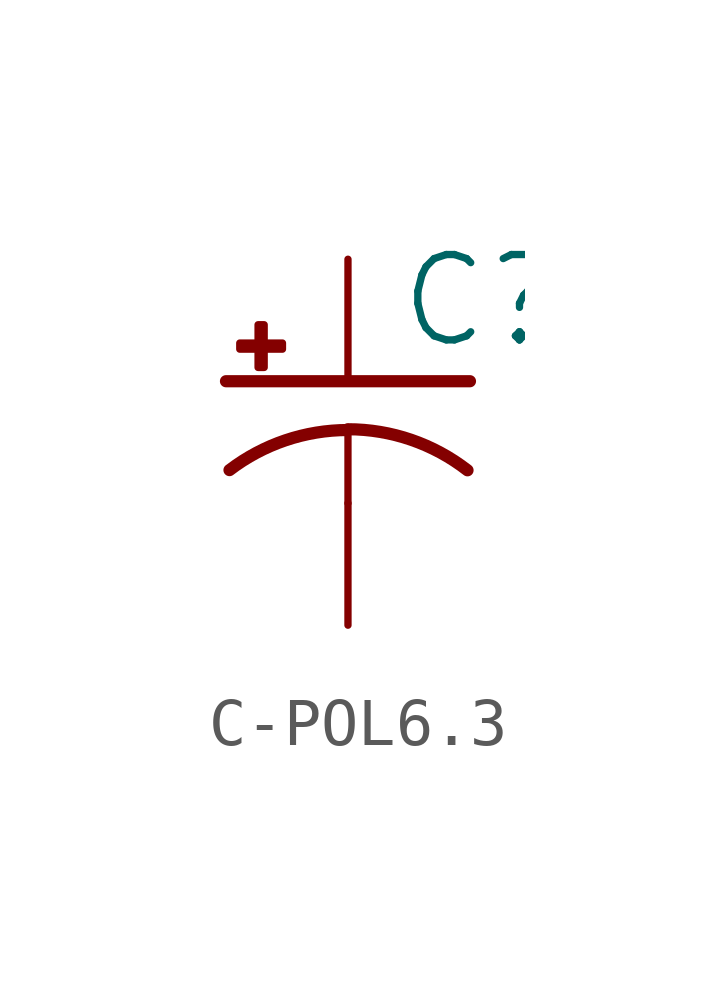
<source format=kicad_sym>
(kicad_symbol_lib
  (version 20231120)
  (generator "kicad_symbol_editor")
  (generator_version "8.0")
  (symbol "C-POL6.3"
    (property "Reference" "C"
      (at 1.016 0.635 0)
      (effects (font (size 1.778 1.778)) (justify left bottom)))
    (property "Value" ""
      (at 1.016 -4.191 0)
      (effects (font (size 1.778 1.778)) (justify left bottom)))
    (property "ki_locked" ""
      (at 0 0 0)
      (effects (font (size 1.27 1.27))))
    (symbol "C-POL6.3_1_0"
      (rectangle (start -2.253 0.668) (end -1.364 0.795) (stroke (width 0) (type default)) (fill (type outline)))
      (rectangle (start -1.872 0.287) (end -1.745 1.176) (stroke (width 0) (type default)) (fill (type outline)))
      (arc (start 0 -1.0161) (mid -1.3021 -1.2303) (end -2.4669 -1.8504) (stroke (width 0.254) (type solid)) (fill (type none)))
      (polyline (pts (xy -2.54 0) (xy 2.54 0)) (stroke (width 0.254) (type solid)) (fill (type none)))
      (polyline (pts (xy 0 -1.016) (xy 0 -2.54)) (stroke (width 0.152) (type solid)) (fill (type none)))
      (arc (start 2.4892 -1.8541) (mid 1.3158 -1.2194) (end 0 -1) (stroke (width 0.254) (type solid)) (fill (type none)))
      (pin passive line (at 0 2.54 270) (length 2.54) (name "+" (effects (font (size 0 0)))) (number "+" (effects (font (size 0 0)))))
      (pin passive line (at 0 -5.08 90) (length 2.54) (name "-" (effects (font (size 0 0)))) (number "-" (effects (font (size 0 0))))))))
</source>
